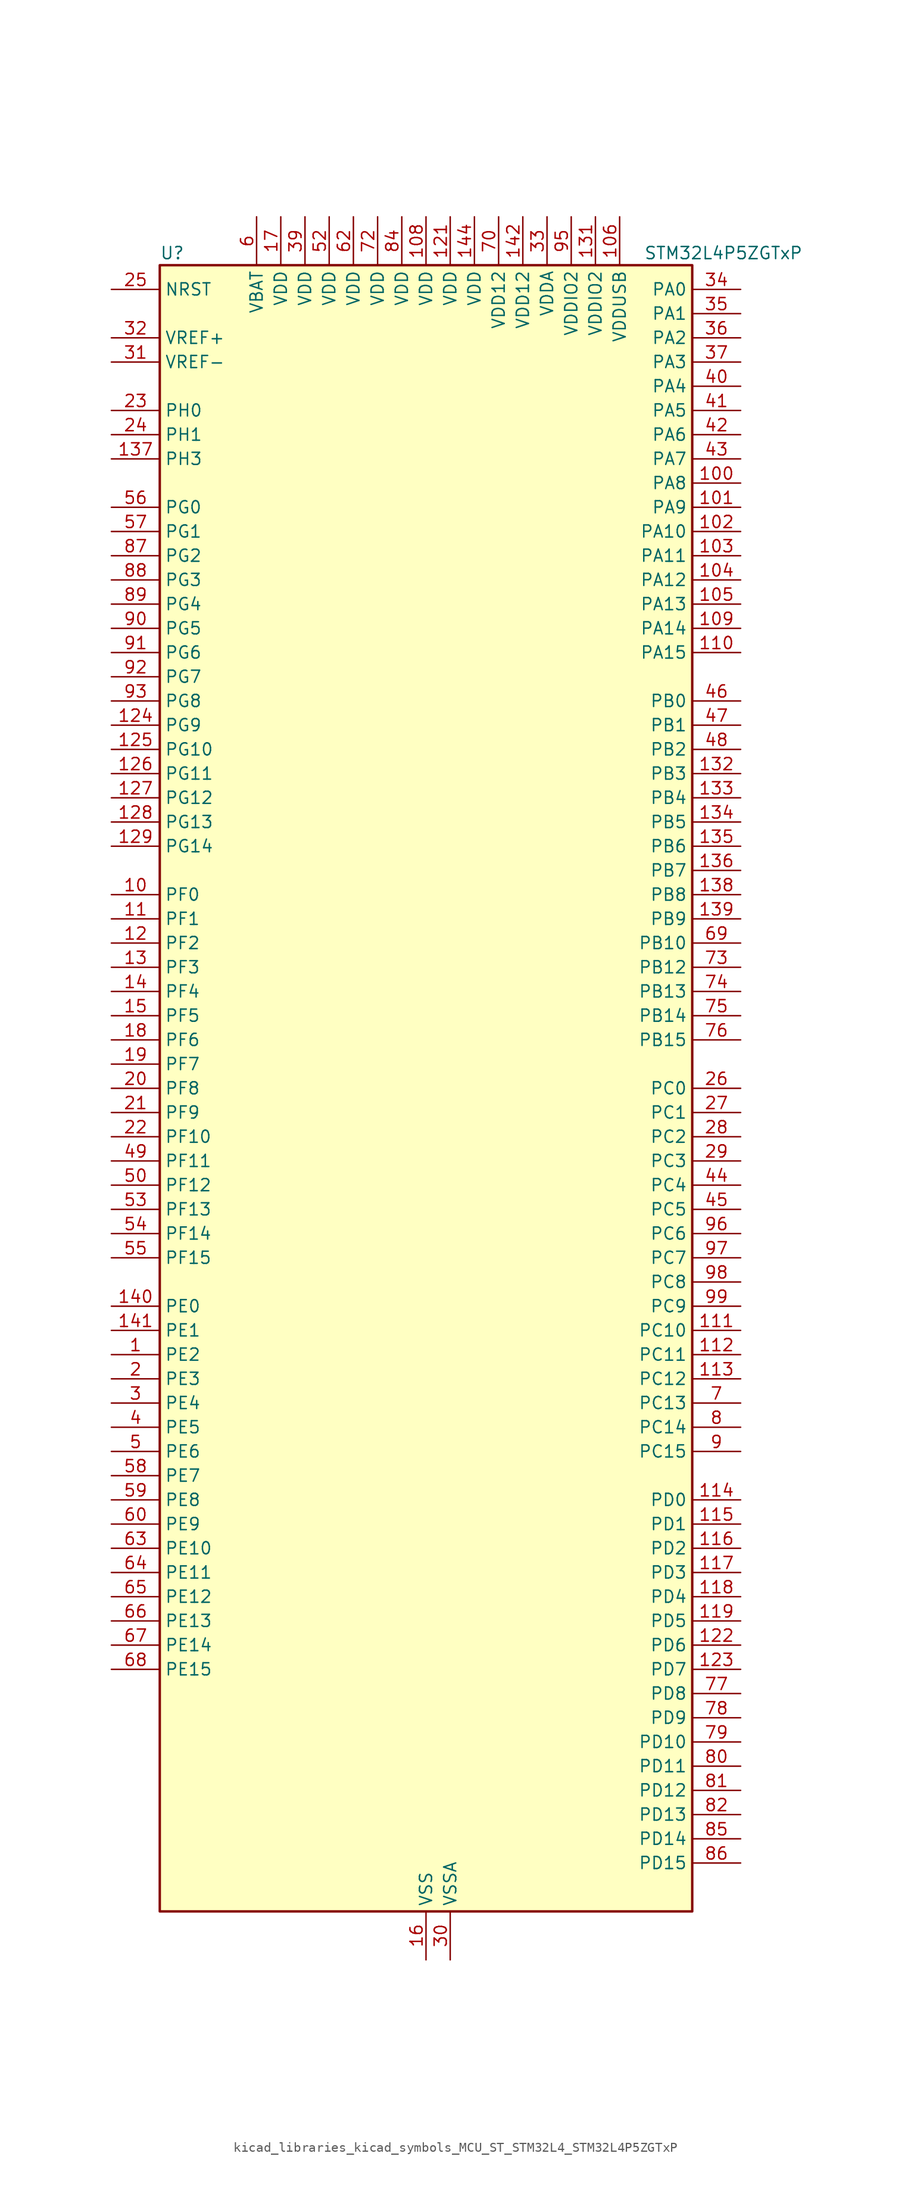
<source format=kicad_sym>
(kicad_symbol_lib
  (version 20220914)
  (generator kicad_symbol_editor)
  (symbol "kicad_libraries_kicad_symbols_MCU_ST_STM32L4_STM32L4P5ZGTxP"
    (property "Reference" "U"
      (at -27.94 87.63 0)
      (effects (font (size 1.27 1.27)) (justify left)))
    (property "Value" "STM32L4P5ZGTxP"
      (at 22.86 87.63 0)
      (effects (font (size 1.27 1.27)) (justify left)))
    (property "ki_locked" ""
      (at 0 0 0)
      (effects (font (size 1.27 1.27))))
    (symbol "kicad_libraries_kicad_symbols_MCU_ST_STM32L4_STM32L4P5ZGTxP_0_1"
      (rectangle (start -27.94 -86.36) (end 27.94 86.36) (stroke (width 0.254) (type default)) (fill (type background))))
    (symbol "kicad_libraries_kicad_symbols_MCU_ST_STM32L4_STM32L4P5ZGTxP_1_1"
      (pin bidirectional line (at -33.02 -27.94 0) (length 5.08) (name "PE2" (effects (font (size 1.27 1.27)))) (number "1" (effects (font (size 1.27 1.27)))) (alternate "FMC_A23" bidirectional line) (alternate "LTDC_R7" bidirectional line) (alternate "SAI1_CK1" bidirectional line) (alternate "SAI1_MCLK_A" bidirectional line) (alternate "SYS_TRACECLK" bidirectional line) (alternate "TIM3_ETR" bidirectional line) (alternate "TSC_G7_IO1" bidirectional line))
      (pin bidirectional line (at -33.02 20.32 0) (length 5.08) (name "PF0" (effects (font (size 1.27 1.27)))) (number "10" (effects (font (size 1.27 1.27)))) (alternate "FMC_A0" bidirectional line) (alternate "I2C2_SDA" bidirectional line) (alternate "OCTOSPIM_P2_IO0" bidirectional line))
      (pin bidirectional line (at 33.02 63.5 180) (length 5.08) (name "PA8" (effects (font (size 1.27 1.27)))) (number "100" (effects (font (size 1.27 1.27)))) (alternate "LPTIM2_OUT" bidirectional line) (alternate "LTDC_B7" bidirectional line) (alternate "RCC_MCO" bidirectional line) (alternate "SAI1_CK2" bidirectional line) (alternate "SAI1_SCK_A" bidirectional line) (alternate "TIM1_CH1" bidirectional line) (alternate "USART1_CK" bidirectional line) (alternate "USB_OTG_FS_SOF" bidirectional line))
      (pin bidirectional line (at 33.02 60.96 180) (length 5.08) (name "PA9" (effects (font (size 1.27 1.27)))) (number "101" (effects (font (size 1.27 1.27)))) (alternate "DAC1_EXTI9" bidirectional line) (alternate "DCMI_D0" bidirectional line) (alternate "LTDC_G7" bidirectional line) (alternate "PSSI_D0" bidirectional line) (alternate "SAI1_FS_A" bidirectional line) (alternate "SPI2_SCK" bidirectional line) (alternate "TIM15_BKIN" bidirectional line) (alternate "TIM1_CH2" bidirectional line) (alternate "USART1_TX" bidirectional line) (alternate "USB_OTG_FS_VBUS" bidirectional line))
      (pin bidirectional line (at 33.02 58.42 180) (length 5.08) (name "PA10" (effects (font (size 1.27 1.27)))) (number "102" (effects (font (size 1.27 1.27)))) (alternate "DCMI_D1" bidirectional line) (alternate "LTDC_G6" bidirectional line) (alternate "PSSI_D1" bidirectional line) (alternate "SAI1_D1" bidirectional line) (alternate "SAI1_SD_A" bidirectional line) (alternate "TIM17_BKIN" bidirectional line) (alternate "TIM1_CH3" bidirectional line) (alternate "USART1_RX" bidirectional line) (alternate "USB_OTG_FS_ID" bidirectional line))
      (pin bidirectional line (at 33.02 55.88 180) (length 5.08) (name "PA11" (effects (font (size 1.27 1.27)))) (number "103" (effects (font (size 1.27 1.27)))) (alternate "ADC1_EXTI11" bidirectional line) (alternate "ADC2_EXTI11" bidirectional line) (alternate "CAN1_RX" bidirectional line) (alternate "LTDC_DE" bidirectional line) (alternate "SPI1_MISO" bidirectional line) (alternate "TIM1_BKIN2" bidirectional line) (alternate "TIM1_CH4" bidirectional line) (alternate "USART1_CTS" bidirectional line) (alternate "USART1_NSS" bidirectional line) (alternate "USB_OTG_FS_DM" bidirectional line))
      (pin bidirectional line (at 33.02 53.34 180) (length 5.08) (name "PA12" (effects (font (size 1.27 1.27)))) (number "104" (effects (font (size 1.27 1.27)))) (alternate "CAN1_TX" bidirectional line) (alternate "LTDC_VSYNC" bidirectional line) (alternate "OCTOSPIM_P2_NCS" bidirectional line) (alternate "SPI1_MOSI" bidirectional line) (alternate "TIM1_ETR" bidirectional line) (alternate "USART1_DE" bidirectional line) (alternate "USART1_RTS" bidirectional line) (alternate "USB_OTG_FS_DP" bidirectional line))
      (pin bidirectional line (at 33.02 50.8 180) (length 5.08) (name "PA13" (effects (font (size 1.27 1.27)))) (number "105" (effects (font (size 1.27 1.27)))) (alternate "IR_OUT" bidirectional line) (alternate "SAI1_SD_B" bidirectional line) (alternate "SYS_JTMS-SWDIO" bidirectional line) (alternate "USB_OTG_FS_NOE" bidirectional line))
      (pin power_in line (at 20.32 91.44 270) (length 5.08) (name "VDDUSB" (effects (font (size 1.27 1.27)))) (number "106" (effects (font (size 1.27 1.27)))))
      (pin passive line (at 0 -91.44 90) (length 5.08) hide (name "VSS" (effects (font (size 1.27 1.27)))) (number "107" (effects (font (size 1.27 1.27)))))
      (pin power_in line (at 0 91.44 270) (length 5.08) (name "VDD" (effects (font (size 1.27 1.27)))) (number "108" (effects (font (size 1.27 1.27)))))
      (pin bidirectional line (at 33.02 48.26 180) (length 5.08) (name "PA14" (effects (font (size 1.27 1.27)))) (number "109" (effects (font (size 1.27 1.27)))) (alternate "I2C1_SMBA" bidirectional line) (alternate "I2C4_SMBA" bidirectional line) (alternate "LPTIM1_OUT" bidirectional line) (alternate "SAI1_FS_B" bidirectional line) (alternate "SYS_JTCK-SWCLK" bidirectional line) (alternate "USB_OTG_FS_SOF" bidirectional line))
      (pin bidirectional line (at -33.02 17.78 0) (length 5.08) (name "PF1" (effects (font (size 1.27 1.27)))) (number "11" (effects (font (size 1.27 1.27)))) (alternate "FMC_A1" bidirectional line) (alternate "I2C2_SCL" bidirectional line) (alternate "OCTOSPIM_P2_IO1" bidirectional line))
      (pin bidirectional line (at 33.02 45.72 180) (length 5.08) (name "PA15" (effects (font (size 1.27 1.27)))) (number "110" (effects (font (size 1.27 1.27)))) (alternate "ADC1_EXTI15" bidirectional line) (alternate "ADC2_EXTI15" bidirectional line) (alternate "LTDC_HSYNC" bidirectional line) (alternate "SAI2_FS_B" bidirectional line) (alternate "SPI1_NSS" bidirectional line) (alternate "SPI3_NSS" bidirectional line) (alternate "SYS_JTDI" bidirectional line) (alternate "TIM2_CH1" bidirectional line) (alternate "TIM2_ETR" bidirectional line) (alternate "TSC_G3_IO1" bidirectional line) (alternate "UART4_DE" bidirectional line) (alternate "UART4_RTS" bidirectional line) (alternate "USART2_RX" bidirectional line) (alternate "USART3_DE" bidirectional line) (alternate "USART3_RTS" bidirectional line))
      (pin bidirectional line (at 33.02 -25.4 180) (length 5.08) (name "PC10" (effects (font (size 1.27 1.27)))) (number "111" (effects (font (size 1.27 1.27)))) (alternate "DCMI_D8" bidirectional line) (alternate "DCMI_VSYNC" bidirectional line) (alternate "PSSI_D8" bidirectional line) (alternate "PSSI_RDY" bidirectional line) (alternate "SAI2_SCK_B" bidirectional line) (alternate "SDMMC1_D2" bidirectional line) (alternate "SPI3_SCK" bidirectional line) (alternate "SYS_TRACED1" bidirectional line) (alternate "TSC_G3_IO2" bidirectional line) (alternate "UART4_TX" bidirectional line) (alternate "USART3_TX" bidirectional line))
      (pin bidirectional line (at 33.02 -27.94 180) (length 5.08) (name "PC11" (effects (font (size 1.27 1.27)))) (number "112" (effects (font (size 1.27 1.27)))) (alternate "ADC1_EXTI11" bidirectional line) (alternate "ADC2_EXTI11" bidirectional line) (alternate "DCMI_D2" bidirectional line) (alternate "DCMI_D4" bidirectional line) (alternate "OCTOSPIM_P1_NCS" bidirectional line) (alternate "PSSI_D2" bidirectional line) (alternate "PSSI_D4" bidirectional line) (alternate "SAI2_MCLK_B" bidirectional line) (alternate "SDMMC1_D3" bidirectional line) (alternate "SPI3_MISO" bidirectional line) (alternate "TSC_G3_IO3" bidirectional line) (alternate "UART4_RX" bidirectional line) (alternate "USART3_RX" bidirectional line))
      (pin bidirectional line (at 33.02 -30.48 180) (length 5.08) (name "PC12" (effects (font (size 1.27 1.27)))) (number "113" (effects (font (size 1.27 1.27)))) (alternate "DCMI_D9" bidirectional line) (alternate "LTDC_R6" bidirectional line) (alternate "PSSI_D9" bidirectional line) (alternate "SAI2_SD_B" bidirectional line) (alternate "SDMMC1_CK" bidirectional line) (alternate "SPI3_MOSI" bidirectional line) (alternate "SYS_TRACED3" bidirectional line) (alternate "TSC_G3_IO4" bidirectional line) (alternate "UART5_TX" bidirectional line) (alternate "USART3_CK" bidirectional line))
      (pin bidirectional line (at 33.02 -43.18 180) (length 5.08) (name "PD0" (effects (font (size 1.27 1.27)))) (number "114" (effects (font (size 1.27 1.27)))) (alternate "CAN1_RX" bidirectional line) (alternate "FMC_D2" bidirectional line) (alternate "FMC_DA2" bidirectional line) (alternate "LTDC_B4" bidirectional line) (alternate "SPI2_NSS" bidirectional line))
      (pin bidirectional line (at 33.02 -45.72 180) (length 5.08) (name "PD1" (effects (font (size 1.27 1.27)))) (number "115" (effects (font (size 1.27 1.27)))) (alternate "CAN1_TX" bidirectional line) (alternate "FMC_D3" bidirectional line) (alternate "FMC_DA3" bidirectional line) (alternate "LTDC_B5" bidirectional line) (alternate "SPI2_SCK" bidirectional line))
      (pin bidirectional line (at 33.02 -48.26 180) (length 5.08) (name "PD2" (effects (font (size 1.27 1.27)))) (number "116" (effects (font (size 1.27 1.27)))) (alternate "DCMI_D11" bidirectional line) (alternate "PSSI_D11" bidirectional line) (alternate "SDMMC1_CMD" bidirectional line) (alternate "SYS_TRACED2" bidirectional line) (alternate "TIM3_ETR" bidirectional line) (alternate "TSC_SYNC" bidirectional line) (alternate "UART5_RX" bidirectional line) (alternate "USART3_DE" bidirectional line) (alternate "USART3_RTS" bidirectional line))
      (pin bidirectional line (at 33.02 -50.8 180) (length 5.08) (name "PD3" (effects (font (size 1.27 1.27)))) (number "117" (effects (font (size 1.27 1.27)))) (alternate "DCMI_D5" bidirectional line) (alternate "DFSDM1_DATIN0" bidirectional line) (alternate "FMC_CLK" bidirectional line) (alternate "LTDC_CLK" bidirectional line) (alternate "OCTOSPIM_P2_NCS" bidirectional line) (alternate "PSSI_D5" bidirectional line) (alternate "SPI2_MISO" bidirectional line) (alternate "SPI2_SCK" bidirectional line) (alternate "USART2_CTS" bidirectional line) (alternate "USART2_NSS" bidirectional line))
      (pin bidirectional line (at 33.02 -53.34 180) (length 5.08) (name "PD4" (effects (font (size 1.27 1.27)))) (number "118" (effects (font (size 1.27 1.27)))) (alternate "DFSDM1_CKIN0" bidirectional line) (alternate "FMC_NOE" bidirectional line) (alternate "OCTOSPIM_P1_IO4" bidirectional line) (alternate "SDMMC2_CKIN" bidirectional line) (alternate "SPI2_MOSI" bidirectional line) (alternate "USART2_DE" bidirectional line) (alternate "USART2_RTS" bidirectional line))
      (pin bidirectional line (at 33.02 -55.88 180) (length 5.08) (name "PD5" (effects (font (size 1.27 1.27)))) (number "119" (effects (font (size 1.27 1.27)))) (alternate "FMC_NWE" bidirectional line) (alternate "OCTOSPIM_P1_IO5" bidirectional line) (alternate "USART2_TX" bidirectional line))
      (pin bidirectional line (at -33.02 15.24 0) (length 5.08) (name "PF2" (effects (font (size 1.27 1.27)))) (number "12" (effects (font (size 1.27 1.27)))) (alternate "FMC_A2" bidirectional line) (alternate "I2C2_SMBA" bidirectional line) (alternate "OCTOSPIM_P2_IO2" bidirectional line))
      (pin passive line (at 0 -91.44 90) (length 5.08) hide (name "VSS" (effects (font (size 1.27 1.27)))) (number "120" (effects (font (size 1.27 1.27)))))
      (pin power_in line (at 2.54 91.44 270) (length 5.08) (name "VDD" (effects (font (size 1.27 1.27)))) (number "121" (effects (font (size 1.27 1.27)))))
      (pin bidirectional line (at 33.02 -58.42 180) (length 5.08) (name "PD6" (effects (font (size 1.27 1.27)))) (number "122" (effects (font (size 1.27 1.27)))) (alternate "DCMI_D10" bidirectional line) (alternate "DFSDM1_DATIN1" bidirectional line) (alternate "FMC_NWAIT" bidirectional line) (alternate "LTDC_DE" bidirectional line) (alternate "OCTOSPIM_P1_IO6" bidirectional line) (alternate "PSSI_D10" bidirectional line) (alternate "SAI1_D1" bidirectional line) (alternate "SAI1_SD_A" bidirectional line) (alternate "SDMMC2_CK" bidirectional line) (alternate "SPI3_MOSI" bidirectional line) (alternate "USART2_RX" bidirectional line))
      (pin bidirectional line (at 33.02 -60.96 180) (length 5.08) (name "PD7" (effects (font (size 1.27 1.27)))) (number "123" (effects (font (size 1.27 1.27)))) (alternate "DFSDM1_CKIN1" bidirectional line) (alternate "FMC_NCE" bidirectional line) (alternate "FMC_NE1" bidirectional line) (alternate "OCTOSPIM_P1_IO7" bidirectional line) (alternate "SDMMC2_CMD" bidirectional line) (alternate "USART2_CK" bidirectional line))
      (pin bidirectional line (at -33.02 38.1 0) (length 5.08) (name "PG9" (effects (font (size 1.27 1.27)))) (number "124" (effects (font (size 1.27 1.27)))) (alternate "DAC1_EXTI9" bidirectional line) (alternate "FMC_NCE" bidirectional line) (alternate "FMC_NE2" bidirectional line) (alternate "OCTOSPIM_P2_IO6" bidirectional line) (alternate "SAI2_SCK_A" bidirectional line) (alternate "SDMMC2_D0" bidirectional line) (alternate "SPI3_SCK" bidirectional line) (alternate "TIM15_CH1N" bidirectional line) (alternate "USART1_TX" bidirectional line))
      (pin bidirectional line (at -33.02 35.56 0) (length 5.08) (name "PG10" (effects (font (size 1.27 1.27)))) (number "125" (effects (font (size 1.27 1.27)))) (alternate "FMC_NE3" bidirectional line) (alternate "LPTIM1_IN1" bidirectional line) (alternate "OCTOSPIM_P2_IO7" bidirectional line) (alternate "SAI2_FS_A" bidirectional line) (alternate "SDMMC2_D1" bidirectional line) (alternate "SPI3_MISO" bidirectional line) (alternate "TIM15_CH1" bidirectional line) (alternate "USART1_RX" bidirectional line))
      (pin bidirectional line (at -33.02 33.02 0) (length 5.08) (name "PG11" (effects (font (size 1.27 1.27)))) (number "126" (effects (font (size 1.27 1.27)))) (alternate "ADC1_EXTI11" bidirectional line) (alternate "ADC2_EXTI11" bidirectional line) (alternate "LPTIM1_IN2" bidirectional line) (alternate "OCTOSPIM_P1_IO5" bidirectional line) (alternate "SAI2_MCLK_A" bidirectional line) (alternate "SDMMC2_D2" bidirectional line) (alternate "SPI3_MOSI" bidirectional line) (alternate "TIM15_CH2" bidirectional line) (alternate "USART1_CTS" bidirectional line) (alternate "USART1_NSS" bidirectional line))
      (pin bidirectional line (at -33.02 30.48 0) (length 5.08) (name "PG12" (effects (font (size 1.27 1.27)))) (number "127" (effects (font (size 1.27 1.27)))) (alternate "FMC_NE4" bidirectional line) (alternate "LPTIM1_ETR" bidirectional line) (alternate "OCTOSPIM_P2_NCS" bidirectional line) (alternate "SAI2_SD_A" bidirectional line) (alternate "SDMMC2_D3" bidirectional line) (alternate "SPI3_NSS" bidirectional line) (alternate "USART1_DE" bidirectional line) (alternate "USART1_RTS" bidirectional line))
      (pin bidirectional line (at -33.02 27.94 0) (length 5.08) (name "PG13" (effects (font (size 1.27 1.27)))) (number "128" (effects (font (size 1.27 1.27)))) (alternate "FMC_A24" bidirectional line) (alternate "I2C1_SDA" bidirectional line) (alternate "LTDC_R0" bidirectional line) (alternate "USART1_CK" bidirectional line))
      (pin bidirectional line (at -33.02 25.4 0) (length 5.08) (name "PG14" (effects (font (size 1.27 1.27)))) (number "129" (effects (font (size 1.27 1.27)))) (alternate "FMC_A25" bidirectional line) (alternate "I2C1_SCL" bidirectional line) (alternate "LTDC_R1" bidirectional line))
      (pin bidirectional line (at -33.02 12.7 0) (length 5.08) (name "PF3" (effects (font (size 1.27 1.27)))) (number "13" (effects (font (size 1.27 1.27)))) (alternate "FMC_A3" bidirectional line) (alternate "OCTOSPIM_P2_IO3" bidirectional line))
      (pin passive line (at 0 -91.44 90) (length 5.08) hide (name "VSS" (effects (font (size 1.27 1.27)))) (number "130" (effects (font (size 1.27 1.27)))))
      (pin power_in line (at 17.78 91.44 270) (length 5.08) (name "VDDIO2" (effects (font (size 1.27 1.27)))) (number "131" (effects (font (size 1.27 1.27)))))
      (pin bidirectional line (at 33.02 33.02 180) (length 5.08) (name "PB3" (effects (font (size 1.27 1.27)))) (number "132" (effects (font (size 1.27 1.27)))) (alternate "COMP2_INM" bidirectional line) (alternate "CRS_SYNC" bidirectional line) (alternate "OCTOSPIM_P1_IO4" bidirectional line) (alternate "SAI1_SCK_B" bidirectional line) (alternate "SDMMC2_D2" bidirectional line) (alternate "SPI1_SCK" bidirectional line) (alternate "SPI3_SCK" bidirectional line) (alternate "SYS_JTDO-SWO" bidirectional line) (alternate "TIM2_CH2" bidirectional line) (alternate "USART1_DE" bidirectional line) (alternate "USART1_RTS" bidirectional line))
      (pin bidirectional line (at 33.02 30.48 180) (length 5.08) (name "PB4" (effects (font (size 1.27 1.27)))) (number "133" (effects (font (size 1.27 1.27)))) (alternate "COMP2_INP" bidirectional line) (alternate "DCMI_D12" bidirectional line) (alternate "I2C3_SDA" bidirectional line) (alternate "OCTOSPIM_P1_IO5" bidirectional line) (alternate "PSSI_D12" bidirectional line) (alternate "SAI1_MCLK_B" bidirectional line) (alternate "SDMMC2_D3" bidirectional line) (alternate "SPI1_MISO" bidirectional line) (alternate "SPI3_MISO" bidirectional line) (alternate "SYS_JTRST" bidirectional line) (alternate "TIM17_BKIN" bidirectional line) (alternate "TIM3_CH1" bidirectional line) (alternate "TSC_G2_IO1" bidirectional line) (alternate "UART5_DE" bidirectional line) (alternate "UART5_RTS" bidirectional line) (alternate "USART1_CTS" bidirectional line) (alternate "USART1_NSS" bidirectional line))
      (pin bidirectional line (at 33.02 27.94 180) (length 5.08) (name "PB5" (effects (font (size 1.27 1.27)))) (number "134" (effects (font (size 1.27 1.27)))) (alternate "COMP2_OUT" bidirectional line) (alternate "DCMI_D10" bidirectional line) (alternate "I2C1_SMBA" bidirectional line) (alternate "LPTIM1_IN1" bidirectional line) (alternate "OCTOSPIM_P1_IO0" bidirectional line) (alternate "PSSI_D10" bidirectional line) (alternate "SAI1_SD_B" bidirectional line) (alternate "SPI1_MOSI" bidirectional line) (alternate "SPI3_MOSI" bidirectional line) (alternate "TIM16_BKIN" bidirectional line) (alternate "TIM3_CH2" bidirectional line) (alternate "TSC_G2_IO2" bidirectional line) (alternate "UART5_CTS" bidirectional line) (alternate "USART1_CK" bidirectional line))
      (pin bidirectional line (at 33.02 25.4 180) (length 5.08) (name "PB6" (effects (font (size 1.27 1.27)))) (number "135" (effects (font (size 1.27 1.27)))) (alternate "COMP2_INP" bidirectional line) (alternate "DCMI_D5" bidirectional line) (alternate "I2C1_SCL" bidirectional line) (alternate "I2C4_SCL" bidirectional line) (alternate "LPTIM1_ETR" bidirectional line) (alternate "LTDC_R6" bidirectional line) (alternate "PSSI_D5" bidirectional line) (alternate "SAI1_FS_B" bidirectional line) (alternate "TIM16_CH1N" bidirectional line) (alternate "TIM4_CH1" bidirectional line) (alternate "TIM8_BKIN2" bidirectional line) (alternate "TSC_G2_IO3" bidirectional line) (alternate "USART1_TX" bidirectional line))
      (pin bidirectional line (at 33.02 22.86 180) (length 5.08) (name "PB7" (effects (font (size 1.27 1.27)))) (number "136" (effects (font (size 1.27 1.27)))) (alternate "COMP2_INM" bidirectional line) (alternate "DCMI_VSYNC" bidirectional line) (alternate "FMC_NL" bidirectional line) (alternate "I2C1_SDA" bidirectional line) (alternate "I2C4_SDA" bidirectional line) (alternate "LPTIM1_IN2" bidirectional line) (alternate "LTDC_VSYNC" bidirectional line) (alternate "PSSI_RDY" bidirectional line) (alternate "SYS_PVD_IN" bidirectional line) (alternate "TIM17_CH1N" bidirectional line) (alternate "TIM4_CH2" bidirectional line) (alternate "TIM8_BKIN" bidirectional line) (alternate "TSC_G2_IO4" bidirectional line) (alternate "UART4_CTS" bidirectional line) (alternate "USART1_RX" bidirectional line))
      (pin bidirectional line (at -33.02 66.04 0) (length 5.08) (name "PH3" (effects (font (size 1.27 1.27)))) (number "137" (effects (font (size 1.27 1.27)))))
      (pin bidirectional line (at 33.02 20.32 180) (length 5.08) (name "PB8" (effects (font (size 1.27 1.27)))) (number "138" (effects (font (size 1.27 1.27)))) (alternate "CAN1_RX" bidirectional line) (alternate "DCMI_D6" bidirectional line) (alternate "DFSDM1_CKOUT" bidirectional line) (alternate "I2C1_SCL" bidirectional line) (alternate "LTDC_DE" bidirectional line) (alternate "PSSI_D6" bidirectional line) (alternate "SAI1_CK1" bidirectional line) (alternate "SAI1_MCLK_A" bidirectional line) (alternate "SDMMC1_CKIN" bidirectional line) (alternate "SDMMC1_D4" bidirectional line) (alternate "SDMMC2_D4" bidirectional line) (alternate "TIM16_CH1" bidirectional line) (alternate "TIM4_CH3" bidirectional line))
      (pin bidirectional line (at 33.02 17.78 180) (length 5.08) (name "PB9" (effects (font (size 1.27 1.27)))) (number "139" (effects (font (size 1.27 1.27)))) (alternate "CAN1_TX" bidirectional line) (alternate "DAC1_EXTI9" bidirectional line) (alternate "DCMI_D7" bidirectional line) (alternate "I2C1_SDA" bidirectional line) (alternate "IR_OUT" bidirectional line) (alternate "PSSI_D7" bidirectional line) (alternate "SAI1_D2" bidirectional line) (alternate "SAI1_FS_A" bidirectional line) (alternate "SDMMC1_CDIR" bidirectional line) (alternate "SDMMC1_D5" bidirectional line) (alternate "SDMMC2_D5" bidirectional line) (alternate "SPI2_NSS" bidirectional line) (alternate "TIM17_CH1" bidirectional line) (alternate "TIM4_CH4" bidirectional line))
      (pin bidirectional line (at -33.02 10.16 0) (length 5.08) (name "PF4" (effects (font (size 1.27 1.27)))) (number "14" (effects (font (size 1.27 1.27)))) (alternate "FMC_A4" bidirectional line) (alternate "OCTOSPIM_P2_CLK" bidirectional line))
      (pin bidirectional line (at -33.02 -22.86 0) (length 5.08) (name "PE0" (effects (font (size 1.27 1.27)))) (number "140" (effects (font (size 1.27 1.27)))) (alternate "DCMI_D2" bidirectional line) (alternate "FMC_NBL0" bidirectional line) (alternate "LTDC_HSYNC" bidirectional line) (alternate "PSSI_D2" bidirectional line) (alternate "TIM16_CH1" bidirectional line) (alternate "TIM4_ETR" bidirectional line))
      (pin bidirectional line (at -33.02 -25.4 0) (length 5.08) (name "PE1" (effects (font (size 1.27 1.27)))) (number "141" (effects (font (size 1.27 1.27)))) (alternate "DCMI_D3" bidirectional line) (alternate "FMC_NBL1" bidirectional line) (alternate "LTDC_VSYNC" bidirectional line) (alternate "PSSI_D3" bidirectional line) (alternate "TIM17_CH1" bidirectional line))
      (pin power_in line (at 10.16 91.44 270) (length 5.08) (name "VDD12" (effects (font (size 1.27 1.27)))) (number "142" (effects (font (size 1.27 1.27)))))
      (pin passive line (at 0 -91.44 90) (length 5.08) hide (name "VSS" (effects (font (size 1.27 1.27)))) (number "143" (effects (font (size 1.27 1.27)))))
      (pin power_in line (at 5.08 91.44 270) (length 5.08) (name "VDD" (effects (font (size 1.27 1.27)))) (number "144" (effects (font (size 1.27 1.27)))))
      (pin bidirectional line (at -33.02 7.62 0) (length 5.08) (name "PF5" (effects (font (size 1.27 1.27)))) (number "15" (effects (font (size 1.27 1.27)))) (alternate "FMC_A5" bidirectional line) (alternate "OCTOSPIM_P2_NCLK" bidirectional line))
      (pin power_in line (at 0 -91.44 90) (length 5.08) (name "VSS" (effects (font (size 1.27 1.27)))) (number "16" (effects (font (size 1.27 1.27)))))
      (pin power_in line (at -15.24 91.44 270) (length 5.08) (name "VDD" (effects (font (size 1.27 1.27)))) (number "17" (effects (font (size 1.27 1.27)))))
      (pin bidirectional line (at -33.02 5.08 0) (length 5.08) (name "PF6" (effects (font (size 1.27 1.27)))) (number "18" (effects (font (size 1.27 1.27)))) (alternate "OCTOSPIM_P1_IO3" bidirectional line) (alternate "SAI1_SD_B" bidirectional line) (alternate "TIM5_CH1" bidirectional line) (alternate "TIM5_ETR" bidirectional line))
      (pin bidirectional line (at -33.02 2.54 0) (length 5.08) (name "PF7" (effects (font (size 1.27 1.27)))) (number "19" (effects (font (size 1.27 1.27)))) (alternate "OCTOSPIM_P1_IO2" bidirectional line) (alternate "SAI1_MCLK_B" bidirectional line) (alternate "TIM5_CH2" bidirectional line))
      (pin bidirectional line (at -33.02 -30.48 0) (length 5.08) (name "PE3" (effects (font (size 1.27 1.27)))) (number "2" (effects (font (size 1.27 1.27)))) (alternate "FMC_A19" bidirectional line) (alternate "LTDC_R6" bidirectional line) (alternate "OCTOSPIM_P1_DQS" bidirectional line) (alternate "SAI1_SD_B" bidirectional line) (alternate "SYS_TRACED0" bidirectional line) (alternate "TIM3_CH1" bidirectional line) (alternate "TSC_G7_IO2" bidirectional line))
      (pin bidirectional line (at -33.02 0 0) (length 5.08) (name "PF8" (effects (font (size 1.27 1.27)))) (number "20" (effects (font (size 1.27 1.27)))) (alternate "OCTOSPIM_P1_IO0" bidirectional line) (alternate "SAI1_SCK_B" bidirectional line) (alternate "TIM5_CH3" bidirectional line))
      (pin bidirectional line (at -33.02 -2.54 0) (length 5.08) (name "PF9" (effects (font (size 1.27 1.27)))) (number "21" (effects (font (size 1.27 1.27)))) (alternate "DAC1_EXTI9" bidirectional line) (alternate "OCTOSPIM_P1_IO1" bidirectional line) (alternate "SAI1_FS_B" bidirectional line) (alternate "TIM15_CH1" bidirectional line) (alternate "TIM5_CH4" bidirectional line))
      (pin bidirectional line (at -33.02 -5.08 0) (length 5.08) (name "PF10" (effects (font (size 1.27 1.27)))) (number "22" (effects (font (size 1.27 1.27)))) (alternate "DCMI_D11" bidirectional line) (alternate "DFSDM1_CKOUT" bidirectional line) (alternate "OCTOSPIM_P1_CLK" bidirectional line) (alternate "PSSI_D11" bidirectional line) (alternate "PSSI_D15" bidirectional line) (alternate "SAI1_D3" bidirectional line) (alternate "TIM15_CH2" bidirectional line))
      (pin bidirectional line (at -33.02 71.12 0) (length 5.08) (name "PH0" (effects (font (size 1.27 1.27)))) (number "23" (effects (font (size 1.27 1.27)))) (alternate "RCC_OSC_IN" bidirectional line))
      (pin bidirectional line (at -33.02 68.58 0) (length 5.08) (name "PH1" (effects (font (size 1.27 1.27)))) (number "24" (effects (font (size 1.27 1.27)))) (alternate "RCC_OSC_OUT" bidirectional line))
      (pin input line (at -33.02 83.82 0) (length 5.08) (name "NRST" (effects (font (size 1.27 1.27)))) (number "25" (effects (font (size 1.27 1.27)))))
      (pin bidirectional line (at 33.02 0 180) (length 5.08) (name "PC0" (effects (font (size 1.27 1.27)))) (number "26" (effects (font (size 1.27 1.27)))) (alternate "ADC1_IN1" bidirectional line) (alternate "ADC2_IN1" bidirectional line) (alternate "I2C3_SCL" bidirectional line) (alternate "LPTIM1_IN1" bidirectional line) (alternate "LPTIM2_IN1" bidirectional line) (alternate "LPUART1_RX" bidirectional line) (alternate "LTDC_DE" bidirectional line) (alternate "SAI2_FS_A" bidirectional line) (alternate "SDMMC1_CMD" bidirectional line) (alternate "SDMMC2_CKIN" bidirectional line))
      (pin bidirectional line (at 33.02 -2.54 180) (length 5.08) (name "PC1" (effects (font (size 1.27 1.27)))) (number "27" (effects (font (size 1.27 1.27)))) (alternate "ADC1_IN2" bidirectional line) (alternate "ADC2_IN2" bidirectional line) (alternate "I2C3_SDA" bidirectional line) (alternate "LPTIM1_OUT" bidirectional line) (alternate "LPUART1_TX" bidirectional line) (alternate "OCTOSPIM_P1_IO4" bidirectional line) (alternate "SAI1_SD_A" bidirectional line) (alternate "SPI2_MOSI" bidirectional line) (alternate "SYS_TRACED0" bidirectional line))
      (pin bidirectional line (at 33.02 -5.08 180) (length 5.08) (name "PC2" (effects (font (size 1.27 1.27)))) (number "28" (effects (font (size 1.27 1.27)))) (alternate "ADC1_IN3" bidirectional line) (alternate "ADC2_IN3" bidirectional line) (alternate "DFSDM1_CKOUT" bidirectional line) (alternate "LPTIM1_IN2" bidirectional line) (alternate "LTDC_HSYNC" bidirectional line) (alternate "OCTOSPIM_P1_IO5" bidirectional line) (alternate "SPI2_MISO" bidirectional line))
      (pin bidirectional line (at 33.02 -7.62 180) (length 5.08) (name "PC3" (effects (font (size 1.27 1.27)))) (number "29" (effects (font (size 1.27 1.27)))) (alternate "ADC1_IN4" bidirectional line) (alternate "ADC2_IN4" bidirectional line) (alternate "LPTIM1_ETR" bidirectional line) (alternate "LPTIM2_ETR" bidirectional line) (alternate "OCTOSPIM_P1_IO6" bidirectional line) (alternate "SAI1_D1" bidirectional line) (alternate "SAI1_SD_A" bidirectional line) (alternate "SPI2_MOSI" bidirectional line))
      (pin bidirectional line (at -33.02 -33.02 0) (length 5.08) (name "PE4" (effects (font (size 1.27 1.27)))) (number "3" (effects (font (size 1.27 1.27)))) (alternate "DCMI_D4" bidirectional line) (alternate "DFSDM1_DATIN3" bidirectional line) (alternate "FMC_A20" bidirectional line) (alternate "LTDC_B7" bidirectional line) (alternate "PSSI_D4" bidirectional line) (alternate "SAI1_D2" bidirectional line) (alternate "SAI1_FS_A" bidirectional line) (alternate "SYS_TRACED1" bidirectional line) (alternate "TIM3_CH2" bidirectional line) (alternate "TSC_G7_IO3" bidirectional line))
      (pin power_in line (at 2.54 -91.44 90) (length 5.08) (name "VSSA" (effects (font (size 1.27 1.27)))) (number "30" (effects (font (size 1.27 1.27)))))
      (pin input line (at -33.02 76.2 0) (length 5.08) (name "VREF-" (effects (font (size 1.27 1.27)))) (number "31" (effects (font (size 1.27 1.27)))))
      (pin input line (at -33.02 78.74 0) (length 5.08) (name "VREF+" (effects (font (size 1.27 1.27)))) (number "32" (effects (font (size 1.27 1.27)))) (alternate "VREFBUF_OUT" bidirectional line))
      (pin power_in line (at 12.7 91.44 270) (length 5.08) (name "VDDA" (effects (font (size 1.27 1.27)))) (number "33" (effects (font (size 1.27 1.27)))))
      (pin bidirectional line (at 33.02 83.82 180) (length 5.08) (name "PA0" (effects (font (size 1.27 1.27)))) (number "34" (effects (font (size 1.27 1.27)))) (alternate "ADC1_IN5" bidirectional line) (alternate "ADC2_IN5" bidirectional line) (alternate "OPAMP1_VINP" bidirectional line) (alternate "RTC_TAMP2" bidirectional line) (alternate "SAI1_EXTCLK" bidirectional line) (alternate "SYS_WKUP1" bidirectional line) (alternate "TIM2_CH1" bidirectional line) (alternate "TIM2_ETR" bidirectional line) (alternate "TIM5_CH1" bidirectional line) (alternate "TIM8_ETR" bidirectional line) (alternate "UART4_TX" bidirectional line) (alternate "USART2_CTS" bidirectional line) (alternate "USART2_NSS" bidirectional line))
      (pin bidirectional line (at 33.02 81.28 180) (length 5.08) (name "PA1" (effects (font (size 1.27 1.27)))) (number "35" (effects (font (size 1.27 1.27)))) (alternate "ADC1_IN6" bidirectional line) (alternate "ADC2_IN6" bidirectional line) (alternate "I2C1_SMBA" bidirectional line) (alternate "OCTOSPIM_P1_DQS" bidirectional line) (alternate "OPAMP1_VINM" bidirectional line) (alternate "SDMMC2_CMD" bidirectional line) (alternate "SPI1_SCK" bidirectional line) (alternate "TIM15_CH1N" bidirectional line) (alternate "TIM2_CH2" bidirectional line) (alternate "TIM5_CH2" bidirectional line) (alternate "UART4_RX" bidirectional line) (alternate "USART2_DE" bidirectional line) (alternate "USART2_RTS" bidirectional line))
      (pin bidirectional line (at 33.02 78.74 180) (length 5.08) (name "PA2" (effects (font (size 1.27 1.27)))) (number "36" (effects (font (size 1.27 1.27)))) (alternate "ADC1_IN7" bidirectional line) (alternate "ADC2_IN7" bidirectional line) (alternate "LPUART1_TX" bidirectional line) (alternate "OCTOSPIM_P1_NCS" bidirectional line) (alternate "RCC_LSCO" bidirectional line) (alternate "SAI2_EXTCLK" bidirectional line) (alternate "SYS_WKUP4" bidirectional line) (alternate "TIM15_CH1" bidirectional line) (alternate "TIM2_CH3" bidirectional line) (alternate "TIM5_CH3" bidirectional line) (alternate "USART2_TX" bidirectional line))
      (pin bidirectional line (at 33.02 76.2 180) (length 5.08) (name "PA3" (effects (font (size 1.27 1.27)))) (number "37" (effects (font (size 1.27 1.27)))) (alternate "ADC1_IN8" bidirectional line) (alternate "ADC2_IN8" bidirectional line) (alternate "LPUART1_RX" bidirectional line) (alternate "OCTOSPIM_P1_CLK" bidirectional line) (alternate "OPAMP1_VOUT" bidirectional line) (alternate "SAI1_CK1" bidirectional line) (alternate "SAI1_MCLK_A" bidirectional line) (alternate "TIM15_CH2" bidirectional line) (alternate "TIM2_CH4" bidirectional line) (alternate "TIM5_CH4" bidirectional line) (alternate "USART2_RX" bidirectional line))
      (pin passive line (at 0 -91.44 90) (length 5.08) hide (name "VSS" (effects (font (size 1.27 1.27)))) (number "38" (effects (font (size 1.27 1.27)))))
      (pin power_in line (at -12.7 91.44 270) (length 5.08) (name "VDD" (effects (font (size 1.27 1.27)))) (number "39" (effects (font (size 1.27 1.27)))))
      (pin bidirectional line (at -33.02 -35.56 0) (length 5.08) (name "PE5" (effects (font (size 1.27 1.27)))) (number "4" (effects (font (size 1.27 1.27)))) (alternate "DCMI_D6" bidirectional line) (alternate "DFSDM1_CKIN3" bidirectional line) (alternate "FMC_A21" bidirectional line) (alternate "LTDC_G7" bidirectional line) (alternate "PSSI_D6" bidirectional line) (alternate "SAI1_CK2" bidirectional line) (alternate "SAI1_SCK_A" bidirectional line) (alternate "SYS_TRACED2" bidirectional line) (alternate "TIM3_CH3" bidirectional line) (alternate "TSC_G7_IO4" bidirectional line))
      (pin bidirectional line (at 33.02 73.66 180) (length 5.08) (name "PA4" (effects (font (size 1.27 1.27)))) (number "40" (effects (font (size 1.27 1.27)))) (alternate "ADC1_IN9" bidirectional line) (alternate "ADC2_IN9" bidirectional line) (alternate "DAC1_OUT1" bidirectional line) (alternate "DCMI_HSYNC" bidirectional line) (alternate "LPTIM2_OUT" bidirectional line) (alternate "LTDC_CLK" bidirectional line) (alternate "OCTOSPIM_P1_NCS" bidirectional line) (alternate "PSSI_DE" bidirectional line) (alternate "SAI1_FS_B" bidirectional line) (alternate "SPI1_NSS" bidirectional line) (alternate "SPI3_NSS" bidirectional line) (alternate "USART2_CK" bidirectional line))
      (pin bidirectional line (at 33.02 71.12 180) (length 5.08) (name "PA5" (effects (font (size 1.27 1.27)))) (number "41" (effects (font (size 1.27 1.27)))) (alternate "ADC1_IN10" bidirectional line) (alternate "ADC2_IN10" bidirectional line) (alternate "DAC1_OUT2" bidirectional line) (alternate "LPTIM2_ETR" bidirectional line) (alternate "LTDC_R7" bidirectional line) (alternate "PSSI_D14" bidirectional line) (alternate "SPI1_SCK" bidirectional line) (alternate "TIM2_CH1" bidirectional line) (alternate "TIM2_ETR" bidirectional line) (alternate "TIM8_CH1N" bidirectional line))
      (pin bidirectional line (at 33.02 68.58 180) (length 5.08) (name "PA6" (effects (font (size 1.27 1.27)))) (number "42" (effects (font (size 1.27 1.27)))) (alternate "ADC1_IN11" bidirectional line) (alternate "ADC2_IN11" bidirectional line) (alternate "DCMI_PIXCLK" bidirectional line) (alternate "LPUART1_CTS" bidirectional line) (alternate "OCTOSPIM_P1_IO3" bidirectional line) (alternate "OPAMP2_VINP" bidirectional line) (alternate "PSSI_PDCK" bidirectional line) (alternate "SPI1_MISO" bidirectional line) (alternate "TIM16_CH1" bidirectional line) (alternate "TIM1_BKIN" bidirectional line) (alternate "TIM3_CH1" bidirectional line) (alternate "TIM8_BKIN" bidirectional line) (alternate "USART3_CTS" bidirectional line) (alternate "USART3_NSS" bidirectional line))
      (pin bidirectional line (at 33.02 66.04 180) (length 5.08) (name "PA7" (effects (font (size 1.27 1.27)))) (number "43" (effects (font (size 1.27 1.27)))) (alternate "ADC1_IN12" bidirectional line) (alternate "ADC2_IN12" bidirectional line) (alternate "I2C3_SCL" bidirectional line) (alternate "OCTOSPIM_P1_IO2" bidirectional line) (alternate "OPAMP2_VINM" bidirectional line) (alternate "SPI1_MOSI" bidirectional line) (alternate "TIM17_CH1" bidirectional line) (alternate "TIM1_CH1N" bidirectional line) (alternate "TIM3_CH2" bidirectional line) (alternate "TIM8_CH1N" bidirectional line))
      (pin bidirectional line (at 33.02 -10.16 180) (length 5.08) (name "PC4" (effects (font (size 1.27 1.27)))) (number "44" (effects (font (size 1.27 1.27)))) (alternate "ADC1_IN13" bidirectional line) (alternate "ADC2_IN13" bidirectional line) (alternate "COMP1_INM" bidirectional line) (alternate "OCTOSPIM_P1_IO7" bidirectional line) (alternate "OCTOSPIM_P2_NCS" bidirectional line) (alternate "USART3_TX" bidirectional line))
      (pin bidirectional line (at 33.02 -12.7 180) (length 5.08) (name "PC5" (effects (font (size 1.27 1.27)))) (number "45" (effects (font (size 1.27 1.27)))) (alternate "ADC1_IN14" bidirectional line) (alternate "ADC2_IN14" bidirectional line) (alternate "COMP1_INP" bidirectional line) (alternate "LTDC_CLK" bidirectional line) (alternate "PSSI_D15" bidirectional line) (alternate "SAI1_D3" bidirectional line) (alternate "SYS_WKUP5" bidirectional line) (alternate "USART3_RX" bidirectional line))
      (pin bidirectional line (at 33.02 40.64 180) (length 5.08) (name "PB0" (effects (font (size 1.27 1.27)))) (number "46" (effects (font (size 1.27 1.27)))) (alternate "ADC1_IN15" bidirectional line) (alternate "ADC2_IN15" bidirectional line) (alternate "COMP1_OUT" bidirectional line) (alternate "LTDC_B6" bidirectional line) (alternate "OCTOSPIM_P1_IO1" bidirectional line) (alternate "OPAMP2_VOUT" bidirectional line) (alternate "SAI1_EXTCLK" bidirectional line) (alternate "SPI1_NSS" bidirectional line) (alternate "TIM1_CH2N" bidirectional line) (alternate "TIM3_CH3" bidirectional line) (alternate "TIM8_CH2N" bidirectional line) (alternate "USART3_CK" bidirectional line))
      (pin bidirectional line (at 33.02 38.1 180) (length 5.08) (name "PB1" (effects (font (size 1.27 1.27)))) (number "47" (effects (font (size 1.27 1.27)))) (alternate "ADC1_IN16" bidirectional line) (alternate "ADC2_IN16" bidirectional line) (alternate "COMP1_INM" bidirectional line) (alternate "DFSDM1_DATIN0" bidirectional line) (alternate "LPTIM2_IN1" bidirectional line) (alternate "LPUART1_DE" bidirectional line) (alternate "LPUART1_RTS" bidirectional line) (alternate "LTDC_G6" bidirectional line) (alternate "OCTOSPIM_P1_IO0" bidirectional line) (alternate "TIM1_CH3N" bidirectional line) (alternate "TIM3_CH4" bidirectional line) (alternate "TIM8_CH3N" bidirectional line) (alternate "USART3_DE" bidirectional line) (alternate "USART3_RTS" bidirectional line))
      (pin bidirectional line (at 33.02 35.56 180) (length 5.08) (name "PB2" (effects (font (size 1.27 1.27)))) (number "48" (effects (font (size 1.27 1.27)))) (alternate "COMP1_INP" bidirectional line) (alternate "DFSDM1_CKIN0" bidirectional line) (alternate "I2C3_SMBA" bidirectional line) (alternate "LPTIM1_OUT" bidirectional line) (alternate "OCTOSPIM_P1_DQS" bidirectional line) (alternate "RTC_OUT2" bidirectional line))
      (pin bidirectional line (at -33.02 -7.62 0) (length 5.08) (name "PF11" (effects (font (size 1.27 1.27)))) (number "49" (effects (font (size 1.27 1.27)))) (alternate "ADC1_EXTI11" bidirectional line) (alternate "ADC2_EXTI11" bidirectional line) (alternate "DCMI_D12" bidirectional line) (alternate "LTDC_DE" bidirectional line) (alternate "OCTOSPIM_P1_NCLK" bidirectional line) (alternate "PSSI_D12" bidirectional line))
      (pin bidirectional line (at -33.02 -38.1 0) (length 5.08) (name "PE6" (effects (font (size 1.27 1.27)))) (number "5" (effects (font (size 1.27 1.27)))) (alternate "DCMI_D7" bidirectional line) (alternate "FMC_A22" bidirectional line) (alternate "LTDC_G6" bidirectional line) (alternate "PSSI_D7" bidirectional line) (alternate "RTC_TAMP3" bidirectional line) (alternate "SAI1_D1" bidirectional line) (alternate "SAI1_SD_A" bidirectional line) (alternate "SYS_TRACED3" bidirectional line) (alternate "SYS_WKUP3" bidirectional line) (alternate "TIM3_CH4" bidirectional line))
      (pin bidirectional line (at -33.02 -10.16 0) (length 5.08) (name "PF12" (effects (font (size 1.27 1.27)))) (number "50" (effects (font (size 1.27 1.27)))) (alternate "FMC_A6" bidirectional line) (alternate "LTDC_B0" bidirectional line) (alternate "OCTOSPIM_P2_DQS" bidirectional line))
      (pin passive line (at 0 -91.44 90) (length 5.08) hide (name "VSS" (effects (font (size 1.27 1.27)))) (number "51" (effects (font (size 1.27 1.27)))))
      (pin power_in line (at -10.16 91.44 270) (length 5.08) (name "VDD" (effects (font (size 1.27 1.27)))) (number "52" (effects (font (size 1.27 1.27)))))
      (pin bidirectional line (at -33.02 -12.7 0) (length 5.08) (name "PF13" (effects (font (size 1.27 1.27)))) (number "53" (effects (font (size 1.27 1.27)))) (alternate "FMC_A7" bidirectional line) (alternate "I2C4_SMBA" bidirectional line) (alternate "LTDC_B1" bidirectional line))
      (pin bidirectional line (at -33.02 -15.24 0) (length 5.08) (name "PF14" (effects (font (size 1.27 1.27)))) (number "54" (effects (font (size 1.27 1.27)))) (alternate "FMC_A8" bidirectional line) (alternate "I2C4_SCL" bidirectional line) (alternate "LTDC_G0" bidirectional line) (alternate "TSC_G8_IO1" bidirectional line))
      (pin bidirectional line (at -33.02 -17.78 0) (length 5.08) (name "PF15" (effects (font (size 1.27 1.27)))) (number "55" (effects (font (size 1.27 1.27)))) (alternate "ADC1_EXTI15" bidirectional line) (alternate "ADC2_EXTI15" bidirectional line) (alternate "FMC_A9" bidirectional line) (alternate "I2C4_SDA" bidirectional line) (alternate "LTDC_G1" bidirectional line) (alternate "TSC_G8_IO2" bidirectional line))
      (pin bidirectional line (at -33.02 60.96 0) (length 5.08) (name "PG0" (effects (font (size 1.27 1.27)))) (number "56" (effects (font (size 1.27 1.27)))) (alternate "FMC_A10" bidirectional line) (alternate "OCTOSPIM_P2_IO4" bidirectional line) (alternate "TSC_G8_IO3" bidirectional line))
      (pin bidirectional line (at -33.02 58.42 0) (length 5.08) (name "PG1" (effects (font (size 1.27 1.27)))) (number "57" (effects (font (size 1.27 1.27)))) (alternate "FMC_A11" bidirectional line) (alternate "OCTOSPIM_P2_IO5" bidirectional line) (alternate "TSC_G8_IO4" bidirectional line))
      (pin bidirectional line (at -33.02 -40.64 0) (length 5.08) (name "PE7" (effects (font (size 1.27 1.27)))) (number "58" (effects (font (size 1.27 1.27)))) (alternate "DFSDM1_DATIN2" bidirectional line) (alternate "FMC_D4" bidirectional line) (alternate "FMC_DA4" bidirectional line) (alternate "LTDC_B6" bidirectional line) (alternate "SAI1_SD_B" bidirectional line) (alternate "TIM1_ETR" bidirectional line))
      (pin bidirectional line (at -33.02 -43.18 0) (length 5.08) (name "PE8" (effects (font (size 1.27 1.27)))) (number "59" (effects (font (size 1.27 1.27)))) (alternate "DFSDM1_CKIN2" bidirectional line) (alternate "FMC_D5" bidirectional line) (alternate "FMC_DA5" bidirectional line) (alternate "LTDC_B7" bidirectional line) (alternate "SAI1_SCK_B" bidirectional line) (alternate "TIM1_CH1N" bidirectional line))
      (pin power_in line (at -17.78 91.44 270) (length 5.08) (name "VBAT" (effects (font (size 1.27 1.27)))) (number "6" (effects (font (size 1.27 1.27)))))
      (pin bidirectional line (at -33.02 -45.72 0) (length 5.08) (name "PE9" (effects (font (size 1.27 1.27)))) (number "60" (effects (font (size 1.27 1.27)))) (alternate "DAC1_EXTI9" bidirectional line) (alternate "DFSDM1_CKOUT" bidirectional line) (alternate "FMC_D6" bidirectional line) (alternate "FMC_DA6" bidirectional line) (alternate "LTDC_G2" bidirectional line) (alternate "OCTOSPIM_P1_NCLK" bidirectional line) (alternate "SAI1_FS_B" bidirectional line) (alternate "TIM1_CH1" bidirectional line))
      (pin passive line (at 0 -91.44 90) (length 5.08) hide (name "VSS" (effects (font (size 1.27 1.27)))) (number "61" (effects (font (size 1.27 1.27)))))
      (pin power_in line (at -7.62 91.44 270) (length 5.08) (name "VDD" (effects (font (size 1.27 1.27)))) (number "62" (effects (font (size 1.27 1.27)))))
      (pin bidirectional line (at -33.02 -48.26 0) (length 5.08) (name "PE10" (effects (font (size 1.27 1.27)))) (number "63" (effects (font (size 1.27 1.27)))) (alternate "FMC_D7" bidirectional line) (alternate "FMC_DA7" bidirectional line) (alternate "LTDC_G3" bidirectional line) (alternate "OCTOSPIM_P1_CLK" bidirectional line) (alternate "SAI1_MCLK_B" bidirectional line) (alternate "TIM1_CH2N" bidirectional line) (alternate "TSC_G5_IO1" bidirectional line))
      (pin bidirectional line (at -33.02 -50.8 0) (length 5.08) (name "PE11" (effects (font (size 1.27 1.27)))) (number "64" (effects (font (size 1.27 1.27)))) (alternate "ADC1_EXTI11" bidirectional line) (alternate "ADC2_EXTI11" bidirectional line) (alternate "FMC_D8" bidirectional line) (alternate "FMC_DA8" bidirectional line) (alternate "LTDC_G4" bidirectional line) (alternate "OCTOSPIM_P1_NCS" bidirectional line) (alternate "TIM1_CH2" bidirectional line) (alternate "TSC_G5_IO2" bidirectional line))
      (pin bidirectional line (at -33.02 -53.34 0) (length 5.08) (name "PE12" (effects (font (size 1.27 1.27)))) (number "65" (effects (font (size 1.27 1.27)))) (alternate "FMC_D9" bidirectional line) (alternate "FMC_DA9" bidirectional line) (alternate "LTDC_G5" bidirectional line) (alternate "OCTOSPIM_P1_IO0" bidirectional line) (alternate "SPI1_NSS" bidirectional line) (alternate "TIM1_CH3N" bidirectional line) (alternate "TSC_G5_IO3" bidirectional line))
      (pin bidirectional line (at -33.02 -55.88 0) (length 5.08) (name "PE13" (effects (font (size 1.27 1.27)))) (number "66" (effects (font (size 1.27 1.27)))) (alternate "FMC_D10" bidirectional line) (alternate "FMC_DA10" bidirectional line) (alternate "LTDC_G6" bidirectional line) (alternate "OCTOSPIM_P1_IO1" bidirectional line) (alternate "SPI1_SCK" bidirectional line) (alternate "TIM1_CH3" bidirectional line) (alternate "TSC_G5_IO4" bidirectional line))
      (pin bidirectional line (at -33.02 -58.42 0) (length 5.08) (name "PE14" (effects (font (size 1.27 1.27)))) (number "67" (effects (font (size 1.27 1.27)))) (alternate "FMC_D11" bidirectional line) (alternate "FMC_DA11" bidirectional line) (alternate "LTDC_G7" bidirectional line) (alternate "OCTOSPIM_P1_IO2" bidirectional line) (alternate "SPI1_MISO" bidirectional line) (alternate "TIM1_BKIN2" bidirectional line) (alternate "TIM1_CH4" bidirectional line))
      (pin bidirectional line (at -33.02 -60.96 0) (length 5.08) (name "PE15" (effects (font (size 1.27 1.27)))) (number "68" (effects (font (size 1.27 1.27)))) (alternate "ADC1_EXTI15" bidirectional line) (alternate "ADC2_EXTI15" bidirectional line) (alternate "FMC_D12" bidirectional line) (alternate "FMC_DA12" bidirectional line) (alternate "LTDC_R2" bidirectional line) (alternate "OCTOSPIM_P1_IO3" bidirectional line) (alternate "SPI1_MOSI" bidirectional line) (alternate "TIM1_BKIN" bidirectional line))
      (pin bidirectional line (at 33.02 15.24 180) (length 5.08) (name "PB10" (effects (font (size 1.27 1.27)))) (number "69" (effects (font (size 1.27 1.27)))) (alternate "COMP1_OUT" bidirectional line) (alternate "I2C2_SCL" bidirectional line) (alternate "I2C4_SCL" bidirectional line) (alternate "LPUART1_RX" bidirectional line) (alternate "OCTOSPIM_P1_CLK" bidirectional line) (alternate "OCTOSPIM_P1_IO3" bidirectional line) (alternate "SAI1_SCK_A" bidirectional line) (alternate "SPI2_SCK" bidirectional line) (alternate "TIM2_CH3" bidirectional line) (alternate "TSC_SYNC" bidirectional line) (alternate "USART3_TX" bidirectional line))
      (pin bidirectional line (at 33.02 -33.02 180) (length 5.08) (name "PC13" (effects (font (size 1.27 1.27)))) (number "7" (effects (font (size 1.27 1.27)))) (alternate "RTC_OUT1" bidirectional line) (alternate "RTC_TAMP1" bidirectional line) (alternate "RTC_TS" bidirectional line) (alternate "SYS_WKUP2" bidirectional line))
      (pin power_in line (at 7.62 91.44 270) (length 5.08) (name "VDD12" (effects (font (size 1.27 1.27)))) (number "70" (effects (font (size 1.27 1.27)))))
      (pin passive line (at 0 -91.44 90) (length 5.08) hide (name "VSS" (effects (font (size 1.27 1.27)))) (number "71" (effects (font (size 1.27 1.27)))))
      (pin power_in line (at -5.08 91.44 270) (length 5.08) (name "VDD" (effects (font (size 1.27 1.27)))) (number "72" (effects (font (size 1.27 1.27)))))
      (pin bidirectional line (at 33.02 12.7 180) (length 5.08) (name "PB12" (effects (font (size 1.27 1.27)))) (number "73" (effects (font (size 1.27 1.27)))) (alternate "DFSDM1_DATIN1" bidirectional line) (alternate "I2C2_SMBA" bidirectional line) (alternate "LPUART1_DE" bidirectional line) (alternate "LPUART1_RTS" bidirectional line) (alternate "OCTOSPIM_P1_NCLK" bidirectional line) (alternate "SAI2_FS_A" bidirectional line) (alternate "SDMMC2_CK" bidirectional line) (alternate "SPI2_NSS" bidirectional line) (alternate "TIM15_BKIN" bidirectional line) (alternate "TIM1_BKIN" bidirectional line) (alternate "TSC_G1_IO1" bidirectional line) (alternate "USART3_CK" bidirectional line))
      (pin bidirectional line (at 33.02 10.16 180) (length 5.08) (name "PB13" (effects (font (size 1.27 1.27)))) (number "74" (effects (font (size 1.27 1.27)))) (alternate "DFSDM1_CKIN1" bidirectional line) (alternate "I2C2_SCL" bidirectional line) (alternate "LPUART1_CTS" bidirectional line) (alternate "OCTOSPIM_P1_IO1" bidirectional line) (alternate "SAI2_SCK_A" bidirectional line) (alternate "SPI2_SCK" bidirectional line) (alternate "TIM15_CH1N" bidirectional line) (alternate "TIM1_CH1N" bidirectional line) (alternate "TSC_G1_IO2" bidirectional line) (alternate "USART3_CTS" bidirectional line) (alternate "USART3_NSS" bidirectional line))
      (pin bidirectional line (at 33.02 7.62 180) (length 5.08) (name "PB14" (effects (font (size 1.27 1.27)))) (number "75" (effects (font (size 1.27 1.27)))) (alternate "DFSDM1_DATIN2" bidirectional line) (alternate "I2C2_SDA" bidirectional line) (alternate "OCTOSPIM_P1_IO6" bidirectional line) (alternate "SAI2_MCLK_A" bidirectional line) (alternate "SDMMC2_D0" bidirectional line) (alternate "SPI2_MISO" bidirectional line) (alternate "TIM15_CH1" bidirectional line) (alternate "TIM1_CH2N" bidirectional line) (alternate "TIM8_CH2N" bidirectional line) (alternate "TSC_G1_IO3" bidirectional line) (alternate "USART3_DE" bidirectional line) (alternate "USART3_RTS" bidirectional line))
      (pin bidirectional line (at 33.02 5.08 180) (length 5.08) (name "PB15" (effects (font (size 1.27 1.27)))) (number "76" (effects (font (size 1.27 1.27)))) (alternate "ADC1_EXTI15" bidirectional line) (alternate "ADC2_EXTI15" bidirectional line) (alternate "DFSDM1_CKIN2" bidirectional line) (alternate "OCTOSPIM_P1_IO7" bidirectional line) (alternate "RTC_REFIN" bidirectional line) (alternate "SAI2_SD_A" bidirectional line) (alternate "SDMMC2_D1" bidirectional line) (alternate "SPI2_MOSI" bidirectional line) (alternate "TIM15_CH2" bidirectional line) (alternate "TIM1_CH3N" bidirectional line) (alternate "TIM8_CH3N" bidirectional line) (alternate "TSC_G1_IO4" bidirectional line))
      (pin bidirectional line (at 33.02 -63.5 180) (length 5.08) (name "PD8" (effects (font (size 1.27 1.27)))) (number "77" (effects (font (size 1.27 1.27)))) (alternate "DCMI_HSYNC" bidirectional line) (alternate "FMC_D13" bidirectional line) (alternate "FMC_DA13" bidirectional line) (alternate "LTDC_R3" bidirectional line) (alternate "PSSI_DE" bidirectional line) (alternate "USART3_TX" bidirectional line))
      (pin bidirectional line (at 33.02 -66.04 180) (length 5.08) (name "PD9" (effects (font (size 1.27 1.27)))) (number "78" (effects (font (size 1.27 1.27)))) (alternate "DAC1_EXTI9" bidirectional line) (alternate "DCMI_PIXCLK" bidirectional line) (alternate "FMC_D14" bidirectional line) (alternate "FMC_DA14" bidirectional line) (alternate "LTDC_R4" bidirectional line) (alternate "PSSI_PDCK" bidirectional line) (alternate "SAI2_MCLK_A" bidirectional line) (alternate "USART3_RX" bidirectional line))
      (pin bidirectional line (at 33.02 -68.58 180) (length 5.08) (name "PD10" (effects (font (size 1.27 1.27)))) (number "79" (effects (font (size 1.27 1.27)))) (alternate "FMC_D15" bidirectional line) (alternate "FMC_DA15" bidirectional line) (alternate "LTDC_R5" bidirectional line) (alternate "SAI2_SCK_A" bidirectional line) (alternate "TSC_G6_IO1" bidirectional line) (alternate "USART3_CK" bidirectional line))
      (pin bidirectional line (at 33.02 -35.56 180) (length 5.08) (name "PC14" (effects (font (size 1.27 1.27)))) (number "8" (effects (font (size 1.27 1.27)))) (alternate "RCC_OSC32_IN" bidirectional line))
      (pin bidirectional line (at 33.02 -71.12 180) (length 5.08) (name "PD11" (effects (font (size 1.27 1.27)))) (number "80" (effects (font (size 1.27 1.27)))) (alternate "ADC1_EXTI11" bidirectional line) (alternate "ADC2_EXTI11" bidirectional line) (alternate "FMC_A16" bidirectional line) (alternate "FMC_CLE" bidirectional line) (alternate "I2C4_SMBA" bidirectional line) (alternate "LPTIM2_ETR" bidirectional line) (alternate "LTDC_R6" bidirectional line) (alternate "SAI2_SD_A" bidirectional line) (alternate "TSC_G6_IO2" bidirectional line) (alternate "USART3_CTS" bidirectional line) (alternate "USART3_NSS" bidirectional line))
      (pin bidirectional line (at 33.02 -73.66 180) (length 5.08) (name "PD12" (effects (font (size 1.27 1.27)))) (number "81" (effects (font (size 1.27 1.27)))) (alternate "FMC_A17" bidirectional line) (alternate "FMC_ALE" bidirectional line) (alternate "I2C4_SCL" bidirectional line) (alternate "LPTIM2_IN1" bidirectional line) (alternate "LTDC_R7" bidirectional line) (alternate "SAI2_FS_A" bidirectional line) (alternate "TIM4_CH1" bidirectional line) (alternate "TSC_G6_IO3" bidirectional line) (alternate "USART3_DE" bidirectional line) (alternate "USART3_RTS" bidirectional line))
      (pin bidirectional line (at 33.02 -76.2 180) (length 5.08) (name "PD13" (effects (font (size 1.27 1.27)))) (number "82" (effects (font (size 1.27 1.27)))) (alternate "FMC_A18" bidirectional line) (alternate "I2C4_SDA" bidirectional line) (alternate "LPTIM2_OUT" bidirectional line) (alternate "TIM4_CH2" bidirectional line) (alternate "TSC_G6_IO4" bidirectional line))
      (pin passive line (at 0 -91.44 90) (length 5.08) hide (name "VSS" (effects (font (size 1.27 1.27)))) (number "83" (effects (font (size 1.27 1.27)))))
      (pin power_in line (at -2.54 91.44 270) (length 5.08) (name "VDD" (effects (font (size 1.27 1.27)))) (number "84" (effects (font (size 1.27 1.27)))))
      (pin bidirectional line (at 33.02 -78.74 180) (length 5.08) (name "PD14" (effects (font (size 1.27 1.27)))) (number "85" (effects (font (size 1.27 1.27)))) (alternate "FMC_D0" bidirectional line) (alternate "FMC_DA0" bidirectional line) (alternate "LTDC_B2" bidirectional line) (alternate "TIM4_CH3" bidirectional line))
      (pin bidirectional line (at 33.02 -81.28 180) (length 5.08) (name "PD15" (effects (font (size 1.27 1.27)))) (number "86" (effects (font (size 1.27 1.27)))) (alternate "ADC1_EXTI15" bidirectional line) (alternate "ADC2_EXTI15" bidirectional line) (alternate "FMC_D1" bidirectional line) (alternate "FMC_DA1" bidirectional line) (alternate "LTDC_B3" bidirectional line) (alternate "TIM4_CH4" bidirectional line))
      (pin bidirectional line (at -33.02 55.88 0) (length 5.08) (name "PG2" (effects (font (size 1.27 1.27)))) (number "87" (effects (font (size 1.27 1.27)))) (alternate "FMC_A12" bidirectional line) (alternate "SAI2_SCK_B" bidirectional line) (alternate "SDMMC2_D4" bidirectional line) (alternate "SPI1_SCK" bidirectional line))
      (pin bidirectional line (at -33.02 53.34 0) (length 5.08) (name "PG3" (effects (font (size 1.27 1.27)))) (number "88" (effects (font (size 1.27 1.27)))) (alternate "FMC_A13" bidirectional line) (alternate "SAI2_FS_B" bidirectional line) (alternate "SDMMC2_D5" bidirectional line) (alternate "SPI1_MISO" bidirectional line))
      (pin bidirectional line (at -33.02 50.8 0) (length 5.08) (name "PG4" (effects (font (size 1.27 1.27)))) (number "89" (effects (font (size 1.27 1.27)))) (alternate "FMC_A14" bidirectional line) (alternate "SAI2_MCLK_B" bidirectional line) (alternate "SDMMC2_D6" bidirectional line) (alternate "SPI1_MOSI" bidirectional line))
      (pin bidirectional line (at 33.02 -38.1 180) (length 5.08) (name "PC15" (effects (font (size 1.27 1.27)))) (number "9" (effects (font (size 1.27 1.27)))) (alternate "ADC1_EXTI15" bidirectional line) (alternate "ADC2_EXTI15" bidirectional line) (alternate "RCC_OSC32_OUT" bidirectional line))
      (pin bidirectional line (at -33.02 48.26 0) (length 5.08) (name "PG5" (effects (font (size 1.27 1.27)))) (number "90" (effects (font (size 1.27 1.27)))) (alternate "FMC_A15" bidirectional line) (alternate "LPUART1_CTS" bidirectional line) (alternate "SAI2_SD_B" bidirectional line) (alternate "SDMMC2_D7" bidirectional line) (alternate "SPI1_NSS" bidirectional line))
      (pin bidirectional line (at -33.02 45.72 0) (length 5.08) (name "PG6" (effects (font (size 1.27 1.27)))) (number "91" (effects (font (size 1.27 1.27)))) (alternate "I2C3_SMBA" bidirectional line) (alternate "LPUART1_DE" bidirectional line) (alternate "LPUART1_RTS" bidirectional line) (alternate "LTDC_R1" bidirectional line) (alternate "OCTOSPIM_P1_DQS" bidirectional line))
      (pin bidirectional line (at -33.02 43.18 0) (length 5.08) (name "PG7" (effects (font (size 1.27 1.27)))) (number "92" (effects (font (size 1.27 1.27)))) (alternate "DFSDM1_CKOUT" bidirectional line) (alternate "FMC_INT" bidirectional line) (alternate "I2C3_SCL" bidirectional line) (alternate "LPUART1_TX" bidirectional line) (alternate "OCTOSPIM_P2_DQS" bidirectional line) (alternate "SAI1_CK1" bidirectional line) (alternate "SAI1_MCLK_A" bidirectional line))
      (pin bidirectional line (at -33.02 40.64 0) (length 5.08) (name "PG8" (effects (font (size 1.27 1.27)))) (number "93" (effects (font (size 1.27 1.27)))) (alternate "I2C3_SDA" bidirectional line) (alternate "LPUART1_RX" bidirectional line))
      (pin passive line (at 0 -91.44 90) (length 5.08) hide (name "VSS" (effects (font (size 1.27 1.27)))) (number "94" (effects (font (size 1.27 1.27)))))
      (pin power_in line (at 15.24 91.44 270) (length 5.08) (name "VDDIO2" (effects (font (size 1.27 1.27)))) (number "95" (effects (font (size 1.27 1.27)))))
      (pin bidirectional line (at 33.02 -15.24 180) (length 5.08) (name "PC6" (effects (font (size 1.27 1.27)))) (number "96" (effects (font (size 1.27 1.27)))) (alternate "DCMI_D0" bidirectional line) (alternate "DFSDM1_CKIN3" bidirectional line) (alternate "LTDC_G7" bidirectional line) (alternate "PSSI_D0" bidirectional line) (alternate "SAI2_MCLK_A" bidirectional line) (alternate "SDMMC1_D0DIR" bidirectional line) (alternate "SDMMC1_D6" bidirectional line) (alternate "SDMMC2_D6" bidirectional line) (alternate "TIM3_CH1" bidirectional line) (alternate "TIM8_CH1" bidirectional line) (alternate "TSC_G4_IO1" bidirectional line))
      (pin bidirectional line (at 33.02 -17.78 180) (length 5.08) (name "PC7" (effects (font (size 1.27 1.27)))) (number "97" (effects (font (size 1.27 1.27)))) (alternate "DCMI_D1" bidirectional line) (alternate "DFSDM1_DATIN3" bidirectional line) (alternate "LTDC_B6" bidirectional line) (alternate "PSSI_D1" bidirectional line) (alternate "SAI2_MCLK_B" bidirectional line) (alternate "SDMMC1_D123DIR" bidirectional line) (alternate "SDMMC1_D7" bidirectional line) (alternate "SDMMC2_D7" bidirectional line) (alternate "TIM3_CH2" bidirectional line) (alternate "TIM8_CH2" bidirectional line) (alternate "TSC_G4_IO2" bidirectional line))
      (pin bidirectional line (at 33.02 -20.32 180) (length 5.08) (name "PC8" (effects (font (size 1.27 1.27)))) (number "98" (effects (font (size 1.27 1.27)))) (alternate "DCMI_D2" bidirectional line) (alternate "PSSI_D2" bidirectional line) (alternate "SDMMC1_D0" bidirectional line) (alternate "TIM3_CH3" bidirectional line) (alternate "TIM8_CH3" bidirectional line) (alternate "TSC_G4_IO3" bidirectional line))
      (pin bidirectional line (at 33.02 -22.86 180) (length 5.08) (name "PC9" (effects (font (size 1.27 1.27)))) (number "99" (effects (font (size 1.27 1.27)))) (alternate "DAC1_EXTI9" bidirectional line) (alternate "DCMI_D3" bidirectional line) (alternate "I2C3_SDA" bidirectional line) (alternate "PSSI_D3" bidirectional line) (alternate "SAI2_EXTCLK" bidirectional line) (alternate "SDMMC1_D1" bidirectional line) (alternate "SYS_TRACED0" bidirectional line) (alternate "TIM3_CH4" bidirectional line) (alternate "TIM8_BKIN2" bidirectional line) (alternate "TIM8_CH4" bidirectional line) (alternate "TSC_G4_IO4" bidirectional line) (alternate "USB_OTG_FS_NOE" bidirectional line)))))
</source>
